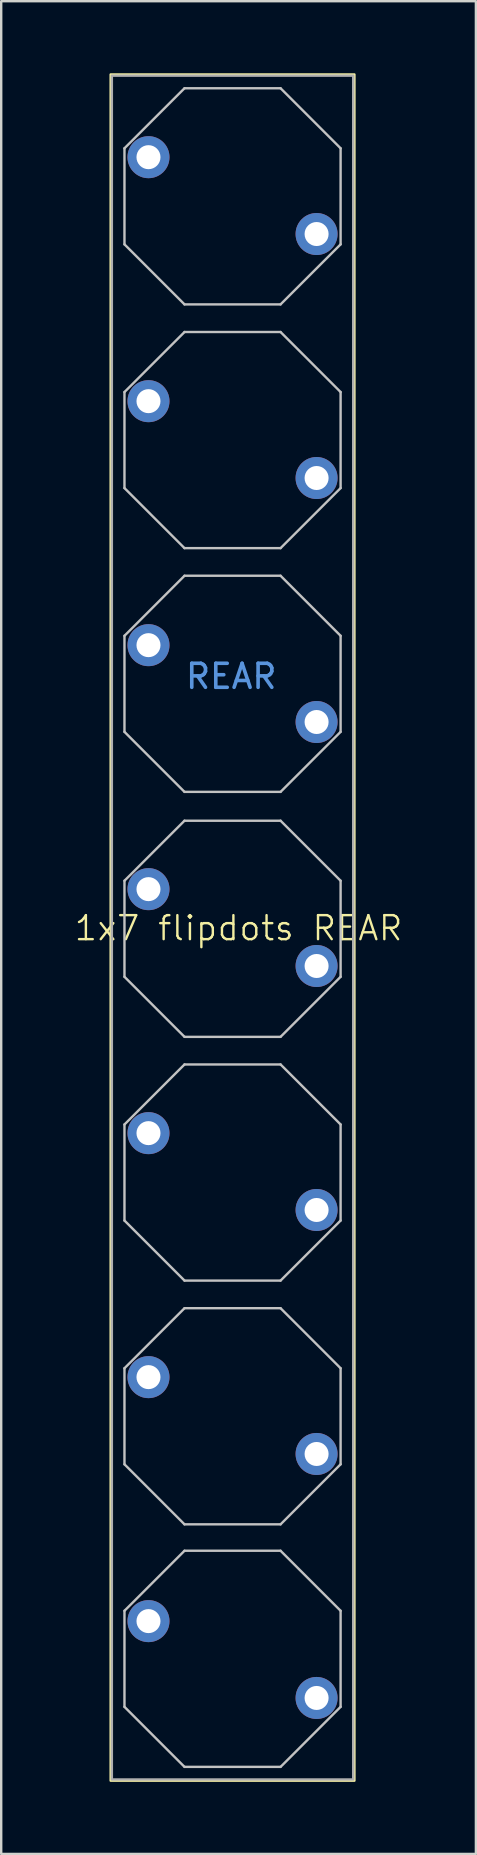
<source format=kicad_pcb>
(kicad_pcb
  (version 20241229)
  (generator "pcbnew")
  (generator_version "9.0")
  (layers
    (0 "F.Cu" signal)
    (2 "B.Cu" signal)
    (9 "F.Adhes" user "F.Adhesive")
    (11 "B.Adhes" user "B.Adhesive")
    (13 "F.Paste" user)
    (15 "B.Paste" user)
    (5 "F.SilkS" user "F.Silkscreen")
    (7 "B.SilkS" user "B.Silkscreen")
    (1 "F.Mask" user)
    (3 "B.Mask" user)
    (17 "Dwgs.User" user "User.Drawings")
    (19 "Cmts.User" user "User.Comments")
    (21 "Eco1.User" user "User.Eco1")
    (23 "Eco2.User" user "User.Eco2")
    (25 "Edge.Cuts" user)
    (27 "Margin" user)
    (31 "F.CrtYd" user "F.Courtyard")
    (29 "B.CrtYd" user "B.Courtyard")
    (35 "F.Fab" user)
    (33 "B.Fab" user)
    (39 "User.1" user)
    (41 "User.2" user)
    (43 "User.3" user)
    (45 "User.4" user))
  (footprint "1x7 flipdots REAR"
    (layer "F.Cu")
    (at 6.633 35.6)
    (property "Reference" "1x7 flipdots REAR" (at 0.25 0 0) (unlocked yes) (layer "F.SilkS") (effects (font (size 1 1) (thickness 0.1))))
    (attr through_hole)
    (fp_rect (start 5.075 -35.55) (end -5.075 35.5) (stroke (width 0.1) (type default)) (fill no) (layer "F.SilkS"))
    (fp_line (start -4.5 -32.475) (end -2 -34.975) (stroke (width 0.1) (type default)) (layer "Dwgs.User"))
    (fp_line (start -4.5 -28.475) (end -4.5 -32.475) (stroke (width 0.1) (type default)) (layer "Dwgs.User"))
    (fp_line (start -4.5 -22.325) (end -2 -24.825) (stroke (width 0.1) (type default)) (layer "Dwgs.User"))
    (fp_line (start -4.5 -18.325) (end -4.5 -22.325) (stroke (width 0.1) (type default)) (layer "Dwgs.User"))
    (fp_line (start -4.5 -12.175) (end -2 -14.675) (stroke (width 0.1) (type default)) (layer "Dwgs.User"))
    (fp_line (start -4.5 -8.175) (end -4.5 -12.175) (stroke (width 0.1) (type default)) (layer "Dwgs.User"))
    (fp_line (start -4.5 -1.975) (end -2 -4.475) (stroke (width 0.1) (type default)) (layer "Dwgs.User"))
    (fp_line (start -4.5 2.025) (end -4.5 -1.975) (stroke (width 0.1) (type default)) (layer "Dwgs.User"))
    (fp_line (start -4.5 8.175) (end -2 5.675) (stroke (width 0.1) (type default)) (layer "Dwgs.User"))
    (fp_line (start -4.5 12.175) (end -4.5 8.175) (stroke (width 0.1) (type default)) (layer "Dwgs.User"))
    (fp_line (start -4.5 18.325) (end -2 15.825) (stroke (width 0.1) (type default)) (layer "Dwgs.User"))
    (fp_line (start -4.5 22.325) (end -4.5 18.325) (stroke (width 0.1) (type default)) (layer "Dwgs.User"))
    (fp_line (start -4.5 28.425) (end -2 25.925) (stroke (width 0.1) (type default)) (layer "Dwgs.User"))
    (fp_line (start -4.5 32.425) (end -4.5 28.425) (stroke (width 0.1) (type default)) (layer "Dwgs.User"))
    (fp_line (start -2 -34.975) (end 2 -34.975) (stroke (width 0.1) (type default)) (layer "Dwgs.User"))
    (fp_line (start -2 -25.975) (end -4.5 -28.475) (stroke (width 0.1) (type default)) (layer "Dwgs.User"))
    (fp_line (start -2 -24.825) (end 2 -24.825) (stroke (width 0.1) (type default)) (layer "Dwgs.User"))
    (fp_line (start -2 -15.825) (end -4.5 -18.325) (stroke (width 0.1) (type default)) (layer "Dwgs.User"))
    (fp_line (start -2 -14.675) (end 2 -14.675) (stroke (width 0.1) (type default)) (layer "Dwgs.User"))
    (fp_line (start -2 -5.675) (end -4.5 -8.175) (stroke (width 0.1) (type default)) (layer "Dwgs.User"))
    (fp_line (start -2 -4.475) (end 2 -4.475) (stroke (width 0.1) (type default)) (layer "Dwgs.User"))
    (fp_line (start -2 4.525) (end -4.5 2.025) (stroke (width 0.1) (type default)) (layer "Dwgs.User"))
    (fp_line (start -2 5.675) (end 2 5.675) (stroke (width 0.1) (type default)) (layer "Dwgs.User"))
    (fp_line (start -2 14.675) (end -4.5 12.175) (stroke (width 0.1) (type default)) (layer "Dwgs.User"))
    (fp_line (start -2 15.825) (end 2 15.825) (stroke (width 0.1) (type default)) (layer "Dwgs.User"))
    (fp_line (start -2 24.825) (end -4.5 22.325) (stroke (width 0.1) (type default)) (layer "Dwgs.User"))
    (fp_line (start -2 25.925) (end 2 25.925) (stroke (width 0.1) (type default)) (layer "Dwgs.User"))
    (fp_line (start -2 34.925) (end -4.5 32.425) (stroke (width 0.1) (type default)) (layer "Dwgs.User"))
    (fp_line (start 2 -34.975) (end 4.5 -32.475) (stroke (width 0.1) (type default)) (layer "Dwgs.User"))
    (fp_line (start 2 -25.975) (end -2 -25.975) (stroke (width 0.1) (type default)) (layer "Dwgs.User"))
    (fp_line (start 2 -24.825) (end 4.5 -22.325) (stroke (width 0.1) (type default)) (layer "Dwgs.User"))
    (fp_line (start 2 -15.825) (end -2 -15.825) (stroke (width 0.1) (type default)) (layer "Dwgs.User"))
    (fp_line (start 2 -14.675) (end 4.5 -12.175) (stroke (width 0.1) (type default)) (layer "Dwgs.User"))
    (fp_line (start 2 -5.675) (end -2 -5.675) (stroke (width 0.1) (type default)) (layer "Dwgs.User"))
    (fp_line (start 2 -4.475) (end 4.5 -1.975) (stroke (width 0.1) (type default)) (layer "Dwgs.User"))
    (fp_line (start 2 4.525) (end -2 4.525) (stroke (width 0.1) (type default)) (layer "Dwgs.User"))
    (fp_line (start 2 5.675) (end 4.5 8.175) (stroke (width 0.1) (type default)) (layer "Dwgs.User"))
    (fp_line (start 2 14.675) (end -2 14.675) (stroke (width 0.1) (type default)) (layer "Dwgs.User"))
    (fp_line (start 2 15.825) (end 4.5 18.325) (stroke (width 0.1) (type default)) (layer "Dwgs.User"))
    (fp_line (start 2 24.825) (end -2 24.825) (stroke (width 0.1) (type default)) (layer "Dwgs.User"))
    (fp_line (start 2 25.925) (end 4.5 28.425) (stroke (width 0.1) (type default)) (layer "Dwgs.User"))
    (fp_line (start 2 34.925) (end -2 34.925) (stroke (width 0.1) (type default)) (layer "Dwgs.User"))
    (fp_line (start 4.5 -32.475) (end 4.5 -28.475) (stroke (width 0.1) (type default)) (layer "Dwgs.User"))
    (fp_line (start 4.5 -28.475) (end 2 -25.975) (stroke (width 0.1) (type default)) (layer "Dwgs.User"))
    (fp_line (start 4.5 -22.325) (end 4.5 -18.325) (stroke (width 0.1) (type default)) (layer "Dwgs.User"))
    (fp_line (start 4.5 -18.325) (end 2 -15.825) (stroke (width 0.1) (type default)) (layer "Dwgs.User"))
    (fp_line (start 4.5 -12.175) (end 4.5 -8.175) (stroke (width 0.1) (type default)) (layer "Dwgs.User"))
    (fp_line (start 4.5 -8.175) (end 2 -5.675) (stroke (width 0.1) (type default)) (layer "Dwgs.User"))
    (fp_line (start 4.5 -1.975) (end 4.5 2.025) (stroke (width 0.1) (type default)) (layer "Dwgs.User"))
    (fp_line (start 4.5 2.025) (end 2 4.525) (stroke (width 0.1) (type default)) (layer "Dwgs.User"))
    (fp_line (start 4.5 8.175) (end 4.5 12.175) (stroke (width 0.1) (type default)) (layer "Dwgs.User"))
    (fp_line (start 4.5 12.175) (end 2 14.675) (stroke (width 0.1) (type default)) (layer "Dwgs.User"))
    (fp_line (start 4.5 18.325) (end 4.5 22.325) (stroke (width 0.1) (type default)) (layer "Dwgs.User"))
    (fp_line (start 4.5 22.325) (end 2 24.825) (stroke (width 0.1) (type default)) (layer "Dwgs.User"))
    (fp_line (start 4.5 28.425) (end 4.5 32.425) (stroke (width 0.1) (type default)) (layer "Dwgs.User"))
    (fp_line (start 4.5 32.425) (end 2 34.925) (stroke (width 0.1) (type default)) (layer "Dwgs.User"))
    (fp_rect (start 5.025 -35.5) (end -5.025 35.45) (stroke (width 0.1) (type default)) (fill no) (layer "F.Fab"))
    (fp_text user "REAR" (at 1.925 -9.9 0) (unlocked yes) (layer "Cmts.User") (effects (font (size 1 1) (thickness 0.15)) (justify right bottom)))
    (pad "1-UA" thru_hole circle (at -3.5 -32.105 90) (size 1.75 1.75) (drill 1) (layers "*.Cu" "*.Mask"))
    (pad "1-UB" thru_hole circle (at -3.5 -21.945 90) (size 1.75 1.75) (drill 1) (layers "*.Cu" "*.Mask"))
    (pad "1-UC" thru_hole circle (at -3.5 -11.785 90) (size 1.75 1.75) (drill 1) (layers "*.Cu" "*.Mask"))
    (pad "1-UD" thru_hole circle (at -3.5 -1.625 90) (size 1.75 1.75) (drill 1) (layers "*.Cu" "*.Mask"))
    (pad "1-UE" thru_hole circle (at -3.5 8.535 90) (size 1.75 1.75) (drill 1) (layers "*.Cu" "*.Mask"))
    (pad "1-UF" thru_hole circle (at -3.5 18.695 90) (size 1.75 1.75) (drill 1) (layers "*.Cu" "*.Mask"))
    (pad "1-UG" thru_hole circle (at -3.5 28.855 90) (size 1.75 1.75) (drill 1) (layers "*.Cu" "*.Mask"))
    (pad "2-UA" thru_hole circle (at 3.5 -28.905 90) (size 1.75 1.75) (drill 1) (layers "*.Cu" "*.Mask"))
    (pad "2-UB" thru_hole circle (at 3.5 -18.745 90) (size 1.75 1.75) (drill 1) (layers "*.Cu" "*.Mask"))
    (pad "2-UC" thru_hole circle (at 3.5 -8.585 90) (size 1.75 1.75) (drill 1) (layers "*.Cu" "*.Mask"))
    (pad "2-UD" thru_hole circle (at 3.5 1.575 90) (size 1.75 1.75) (drill 1) (layers "*.Cu" "*.Mask"))
    (pad "2-UE" thru_hole circle (at 3.5 11.735 90) (size 1.75 1.75) (drill 1) (layers "*.Cu" "*.Mask"))
    (pad "2-UF" thru_hole circle (at 3.5 21.895 90) (size 1.75 1.75) (drill 1) (layers "*.Cu" "*.Mask"))
    (pad "2-UG" thru_hole circle (at 3.5 32.055 90) (size 1.75 1.75) (drill 1) (layers "*.Cu" "*.Mask")))
  (gr_rect
    (start -3 -3)
    (end 16.767 74.15)
    (stroke (width 0.1) (type default))
    (fill no)
    (layer "Edge.Cuts")))
</source>
